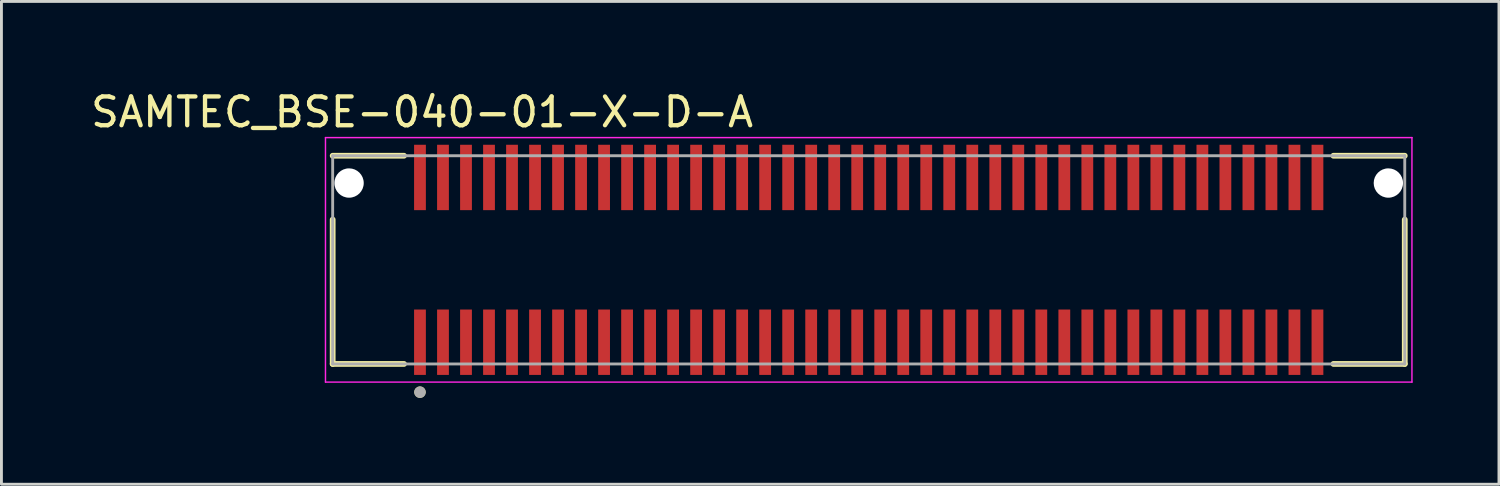
<source format=kicad_pcb>
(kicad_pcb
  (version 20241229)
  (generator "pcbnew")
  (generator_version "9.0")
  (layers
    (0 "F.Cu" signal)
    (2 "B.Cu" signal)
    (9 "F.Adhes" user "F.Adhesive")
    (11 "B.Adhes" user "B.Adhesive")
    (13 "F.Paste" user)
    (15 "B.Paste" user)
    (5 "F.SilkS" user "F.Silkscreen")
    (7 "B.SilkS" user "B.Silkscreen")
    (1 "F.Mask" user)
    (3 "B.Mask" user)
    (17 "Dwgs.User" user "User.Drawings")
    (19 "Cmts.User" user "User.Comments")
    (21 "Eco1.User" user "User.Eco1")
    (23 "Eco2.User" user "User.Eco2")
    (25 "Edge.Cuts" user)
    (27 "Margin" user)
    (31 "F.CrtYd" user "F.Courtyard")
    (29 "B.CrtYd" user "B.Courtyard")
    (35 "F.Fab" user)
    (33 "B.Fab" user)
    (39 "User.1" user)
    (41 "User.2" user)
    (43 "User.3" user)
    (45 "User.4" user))
  (footprint "SAMTEC_BSE-040-01-X-D-A"
    (layer "F.Cu")
    (at 27.15 5.983)
    (property "Reference" "SAMTEC_BSE-040-01-X-D-A" (at -15.525 -5.135 0) (layer "F.SilkS") (effects (font (size 1 1) (thickness 0.15))))
    (attr smd)
    (fp_line (start -18.635 -3.619) (end -16.155 -3.619) (stroke (width 0.2) (type solid)) (layer "F.SilkS"))
    (fp_line (start -18.635 -1.4) (end -18.635 3.619) (stroke (width 0.2) (type solid)) (layer "F.SilkS"))
    (fp_line (start -18.635 3.619) (end -16.155 3.619) (stroke (width 0.2) (type solid)) (layer "F.SilkS"))
    (fp_line (start 18.635 -3.619) (end 16.155 -3.619) (stroke (width 0.2) (type solid)) (layer "F.SilkS"))
    (fp_line (start 18.635 -1.4) (end 18.635 3.619) (stroke (width 0.2) (type solid)) (layer "F.SilkS"))
    (fp_line (start 18.635 3.619) (end 16.155 3.619) (stroke (width 0.2) (type solid)) (layer "F.SilkS"))
    (fp_circle (center -15.6 4.6) (end -15.5 4.6) (stroke (width 0.2) (type solid)) (fill no) (layer "F.SilkS"))
    (fp_line (start -18.885 -4.25) (end -18.885 4.25) (stroke (width 0.05) (type solid)) (layer "F.CrtYd"))
    (fp_line (start -18.885 4.25) (end 18.885 4.25) (stroke (width 0.05) (type solid)) (layer "F.CrtYd"))
    (fp_line (start 18.885 -4.25) (end -18.885 -4.25) (stroke (width 0.05) (type solid)) (layer "F.CrtYd"))
    (fp_line (start 18.885 4.25) (end 18.885 -4.25) (stroke (width 0.05) (type solid)) (layer "F.CrtYd"))
    (fp_line (start -18.635 -3.619) (end -18.635 3.619) (stroke (width 0.1) (type solid)) (layer "F.Fab"))
    (fp_line (start -18.635 3.619) (end 18.635 3.619) (stroke (width 0.1) (type solid)) (layer "F.Fab"))
    (fp_line (start 18.635 -3.619) (end -18.635 -3.619) (stroke (width 0.1) (type solid)) (layer "F.Fab"))
    (fp_line (start 18.635 3.619) (end 18.635 -3.619) (stroke (width 0.1) (type solid)) (layer "F.Fab"))
    (fp_circle (center -15.6 4.6) (end -15.5 4.6) (stroke (width 0.2) (type solid)) (fill no) (layer "F.Fab"))
    (pad "" np_thru_hole circle (at -18.065 -2.67) (size 1.02 1.02) (drill 1.02) (layers "*.Cu" "*.Mask"))
    (pad "" np_thru_hole circle (at 18.065 -2.67) (size 1.02 1.02) (drill 1.02) (layers "*.Cu" "*.Mask"))
    (pad "01" smd rect (at -15.6 2.864) (size 0.41 2.273) (layers "F.Cu" "F.Mask" "F.Paste"))
    (pad "02" smd rect (at -15.6 -2.864) (size 0.41 2.273) (layers "F.Cu" "F.Mask" "F.Paste"))
    (pad "03" smd rect (at -14.8 2.864) (size 0.41 2.273) (layers "F.Cu" "F.Mask" "F.Paste"))
    (pad "04" smd rect (at -14.8 -2.864) (size 0.41 2.273) (layers "F.Cu" "F.Mask" "F.Paste"))
    (pad "05" smd rect (at -14 2.864) (size 0.41 2.273) (layers "F.Cu" "F.Mask" "F.Paste"))
    (pad "06" smd rect (at -14 -2.864) (size 0.41 2.273) (layers "F.Cu" "F.Mask" "F.Paste"))
    (pad "07" smd rect (at -13.2 2.864) (size 0.41 2.273) (layers "F.Cu" "F.Mask" "F.Paste"))
    (pad "08" smd rect (at -13.2 -2.864) (size 0.41 2.273) (layers "F.Cu" "F.Mask" "F.Paste"))
    (pad "09" smd rect (at -12.4 2.864) (size 0.41 2.273) (layers "F.Cu" "F.Mask" "F.Paste"))
    (pad "10" smd rect (at -12.4 -2.864) (size 0.41 2.273) (layers "F.Cu" "F.Mask" "F.Paste"))
    (pad "11" smd rect (at -11.6 2.864) (size 0.41 2.273) (layers "F.Cu" "F.Mask" "F.Paste"))
    (pad "12" smd rect (at -11.6 -2.864) (size 0.41 2.273) (layers "F.Cu" "F.Mask" "F.Paste"))
    (pad "13" smd rect (at -10.8 2.864) (size 0.41 2.273) (layers "F.Cu" "F.Mask" "F.Paste"))
    (pad "14" smd rect (at -10.8 -2.864) (size 0.41 2.273) (layers "F.Cu" "F.Mask" "F.Paste"))
    (pad "15" smd rect (at -10 2.864) (size 0.41 2.273) (layers "F.Cu" "F.Mask" "F.Paste"))
    (pad "16" smd rect (at -10 -2.864) (size 0.41 2.273) (layers "F.Cu" "F.Mask" "F.Paste"))
    (pad "17" smd rect (at -9.2 2.864) (size 0.41 2.273) (layers "F.Cu" "F.Mask" "F.Paste"))
    (pad "18" smd rect (at -9.2 -2.864) (size 0.41 2.273) (layers "F.Cu" "F.Mask" "F.Paste"))
    (pad "19" smd rect (at -8.4 2.864) (size 0.41 2.273) (layers "F.Cu" "F.Mask" "F.Paste"))
    (pad "20" smd rect (at -8.4 -2.864) (size 0.41 2.273) (layers "F.Cu" "F.Mask" "F.Paste"))
    (pad "21" smd rect (at -7.6 2.864) (size 0.41 2.273) (layers "F.Cu" "F.Mask" "F.Paste"))
    (pad "22" smd rect (at -7.6 -2.864) (size 0.41 2.273) (layers "F.Cu" "F.Mask" "F.Paste"))
    (pad "23" smd rect (at -6.8 2.864) (size 0.41 2.273) (layers "F.Cu" "F.Mask" "F.Paste"))
    (pad "24" smd rect (at -6.8 -2.864) (size 0.41 2.273) (layers "F.Cu" "F.Mask" "F.Paste"))
    (pad "25" smd rect (at -6 2.864) (size 0.41 2.273) (layers "F.Cu" "F.Mask" "F.Paste"))
    (pad "26" smd rect (at -6 -2.864) (size 0.41 2.273) (layers "F.Cu" "F.Mask" "F.Paste"))
    (pad "27" smd rect (at -5.2 2.864) (size 0.41 2.273) (layers "F.Cu" "F.Mask" "F.Paste"))
    (pad "28" smd rect (at -5.2 -2.864) (size 0.41 2.273) (layers "F.Cu" "F.Mask" "F.Paste"))
    (pad "29" smd rect (at -4.4 2.864) (size 0.41 2.273) (layers "F.Cu" "F.Mask" "F.Paste"))
    (pad "30" smd rect (at -4.4 -2.864) (size 0.41 2.273) (layers "F.Cu" "F.Mask" "F.Paste"))
    (pad "31" smd rect (at -3.6 2.864) (size 0.41 2.273) (layers "F.Cu" "F.Mask" "F.Paste"))
    (pad "32" smd rect (at -3.6 -2.864) (size 0.41 2.273) (layers "F.Cu" "F.Mask" "F.Paste"))
    (pad "33" smd rect (at -2.8 2.864) (size 0.41 2.273) (layers "F.Cu" "F.Mask" "F.Paste"))
    (pad "34" smd rect (at -2.8 -2.864) (size 0.41 2.273) (layers "F.Cu" "F.Mask" "F.Paste"))
    (pad "35" smd rect (at -2 2.864) (size 0.41 2.273) (layers "F.Cu" "F.Mask" "F.Paste"))
    (pad "36" smd rect (at -2 -2.864) (size 0.41 2.273) (layers "F.Cu" "F.Mask" "F.Paste"))
    (pad "37" smd rect (at -1.2 2.864) (size 0.41 2.273) (layers "F.Cu" "F.Mask" "F.Paste"))
    (pad "38" smd rect (at -1.2 -2.864) (size 0.41 2.273) (layers "F.Cu" "F.Mask" "F.Paste"))
    (pad "39" smd rect (at -0.4 2.864) (size 0.41 2.273) (layers "F.Cu" "F.Mask" "F.Paste"))
    (pad "40" smd rect (at -0.4 -2.864) (size 0.41 2.273) (layers "F.Cu" "F.Mask" "F.Paste"))
    (pad "41" smd rect (at 0.4 2.864) (size 0.41 2.273) (layers "F.Cu" "F.Mask" "F.Paste"))
    (pad "42" smd rect (at 0.4 -2.864) (size 0.41 2.273) (layers "F.Cu" "F.Mask" "F.Paste"))
    (pad "43" smd rect (at 1.2 2.864) (size 0.41 2.273) (layers "F.Cu" "F.Mask" "F.Paste"))
    (pad "44" smd rect (at 1.2 -2.864) (size 0.41 2.273) (layers "F.Cu" "F.Mask" "F.Paste"))
    (pad "45" smd rect (at 2 2.864) (size 0.41 2.273) (layers "F.Cu" "F.Mask" "F.Paste"))
    (pad "46" smd rect (at 2 -2.864) (size 0.41 2.273) (layers "F.Cu" "F.Mask" "F.Paste"))
    (pad "47" smd rect (at 2.8 2.864) (size 0.41 2.273) (layers "F.Cu" "F.Mask" "F.Paste"))
    (pad "48" smd rect (at 2.8 -2.864) (size 0.41 2.273) (layers "F.Cu" "F.Mask" "F.Paste"))
    (pad "49" smd rect (at 3.6 2.864) (size 0.41 2.273) (layers "F.Cu" "F.Mask" "F.Paste"))
    (pad "50" smd rect (at 3.6 -2.864) (size 0.41 2.273) (layers "F.Cu" "F.Mask" "F.Paste"))
    (pad "51" smd rect (at 4.4 2.864) (size 0.41 2.273) (layers "F.Cu" "F.Mask" "F.Paste"))
    (pad "52" smd rect (at 4.4 -2.864) (size 0.41 2.273) (layers "F.Cu" "F.Mask" "F.Paste"))
    (pad "53" smd rect (at 5.2 2.864) (size 0.41 2.273) (layers "F.Cu" "F.Mask" "F.Paste"))
    (pad "54" smd rect (at 5.2 -2.864) (size 0.41 2.273) (layers "F.Cu" "F.Mask" "F.Paste"))
    (pad "55" smd rect (at 6 2.864) (size 0.41 2.273) (layers "F.Cu" "F.Mask" "F.Paste"))
    (pad "56" smd rect (at 6 -2.864) (size 0.41 2.273) (layers "F.Cu" "F.Mask" "F.Paste"))
    (pad "57" smd rect (at 6.8 2.864) (size 0.41 2.273) (layers "F.Cu" "F.Mask" "F.Paste"))
    (pad "58" smd rect (at 6.8 -2.864) (size 0.41 2.273) (layers "F.Cu" "F.Mask" "F.Paste"))
    (pad "59" smd rect (at 7.6 2.864) (size 0.41 2.273) (layers "F.Cu" "F.Mask" "F.Paste"))
    (pad "60" smd rect (at 7.6 -2.864) (size 0.41 2.273) (layers "F.Cu" "F.Mask" "F.Paste"))
    (pad "61" smd rect (at 8.4 2.864) (size 0.41 2.273) (layers "F.Cu" "F.Mask" "F.Paste"))
    (pad "62" smd rect (at 8.4 -2.864) (size 0.41 2.273) (layers "F.Cu" "F.Mask" "F.Paste"))
    (pad "63" smd rect (at 9.2 2.864) (size 0.41 2.273) (layers "F.Cu" "F.Mask" "F.Paste"))
    (pad "64" smd rect (at 9.2 -2.864) (size 0.41 2.273) (layers "F.Cu" "F.Mask" "F.Paste"))
    (pad "65" smd rect (at 10 2.864) (size 0.41 2.273) (layers "F.Cu" "F.Mask" "F.Paste"))
    (pad "66" smd rect (at 10 -2.864) (size 0.41 2.273) (layers "F.Cu" "F.Mask" "F.Paste"))
    (pad "67" smd rect (at 10.8 2.864) (size 0.41 2.273) (layers "F.Cu" "F.Mask" "F.Paste"))
    (pad "68" smd rect (at 10.8 -2.864) (size 0.41 2.273) (layers "F.Cu" "F.Mask" "F.Paste"))
    (pad "69" smd rect (at 11.6 2.864) (size 0.41 2.273) (layers "F.Cu" "F.Mask" "F.Paste"))
    (pad "70" smd rect (at 11.6 -2.864) (size 0.41 2.273) (layers "F.Cu" "F.Mask" "F.Paste"))
    (pad "71" smd rect (at 12.4 2.864) (size 0.41 2.273) (layers "F.Cu" "F.Mask" "F.Paste"))
    (pad "72" smd rect (at 12.4 -2.864) (size 0.41 2.273) (layers "F.Cu" "F.Mask" "F.Paste"))
    (pad "73" smd rect (at 13.2 2.864) (size 0.41 2.273) (layers "F.Cu" "F.Mask" "F.Paste"))
    (pad "74" smd rect (at 13.2 -2.864) (size 0.41 2.273) (layers "F.Cu" "F.Mask" "F.Paste"))
    (pad "75" smd rect (at 14 2.864) (size 0.41 2.273) (layers "F.Cu" "F.Mask" "F.Paste"))
    (pad "76" smd rect (at 14 -2.864) (size 0.41 2.273) (layers "F.Cu" "F.Mask" "F.Paste"))
    (pad "77" smd rect (at 14.8 2.864) (size 0.41 2.273) (layers "F.Cu" "F.Mask" "F.Paste"))
    (pad "78" smd rect (at 14.8 -2.864) (size 0.41 2.273) (layers "F.Cu" "F.Mask" "F.Paste"))
    (pad "79" smd rect (at 15.6 2.864) (size 0.41 2.273) (layers "F.Cu" "F.Mask" "F.Paste"))
    (pad "80" smd rect (at 15.6 -2.864) (size 0.41 2.273) (layers "F.Cu" "F.Mask" "F.Paste")))
  (gr_rect
    (start -3 -3)
    (end 49.06 13.783)
    (stroke (width 0.1) (type default))
    (fill no)
    (layer "Edge.Cuts")))
</source>
